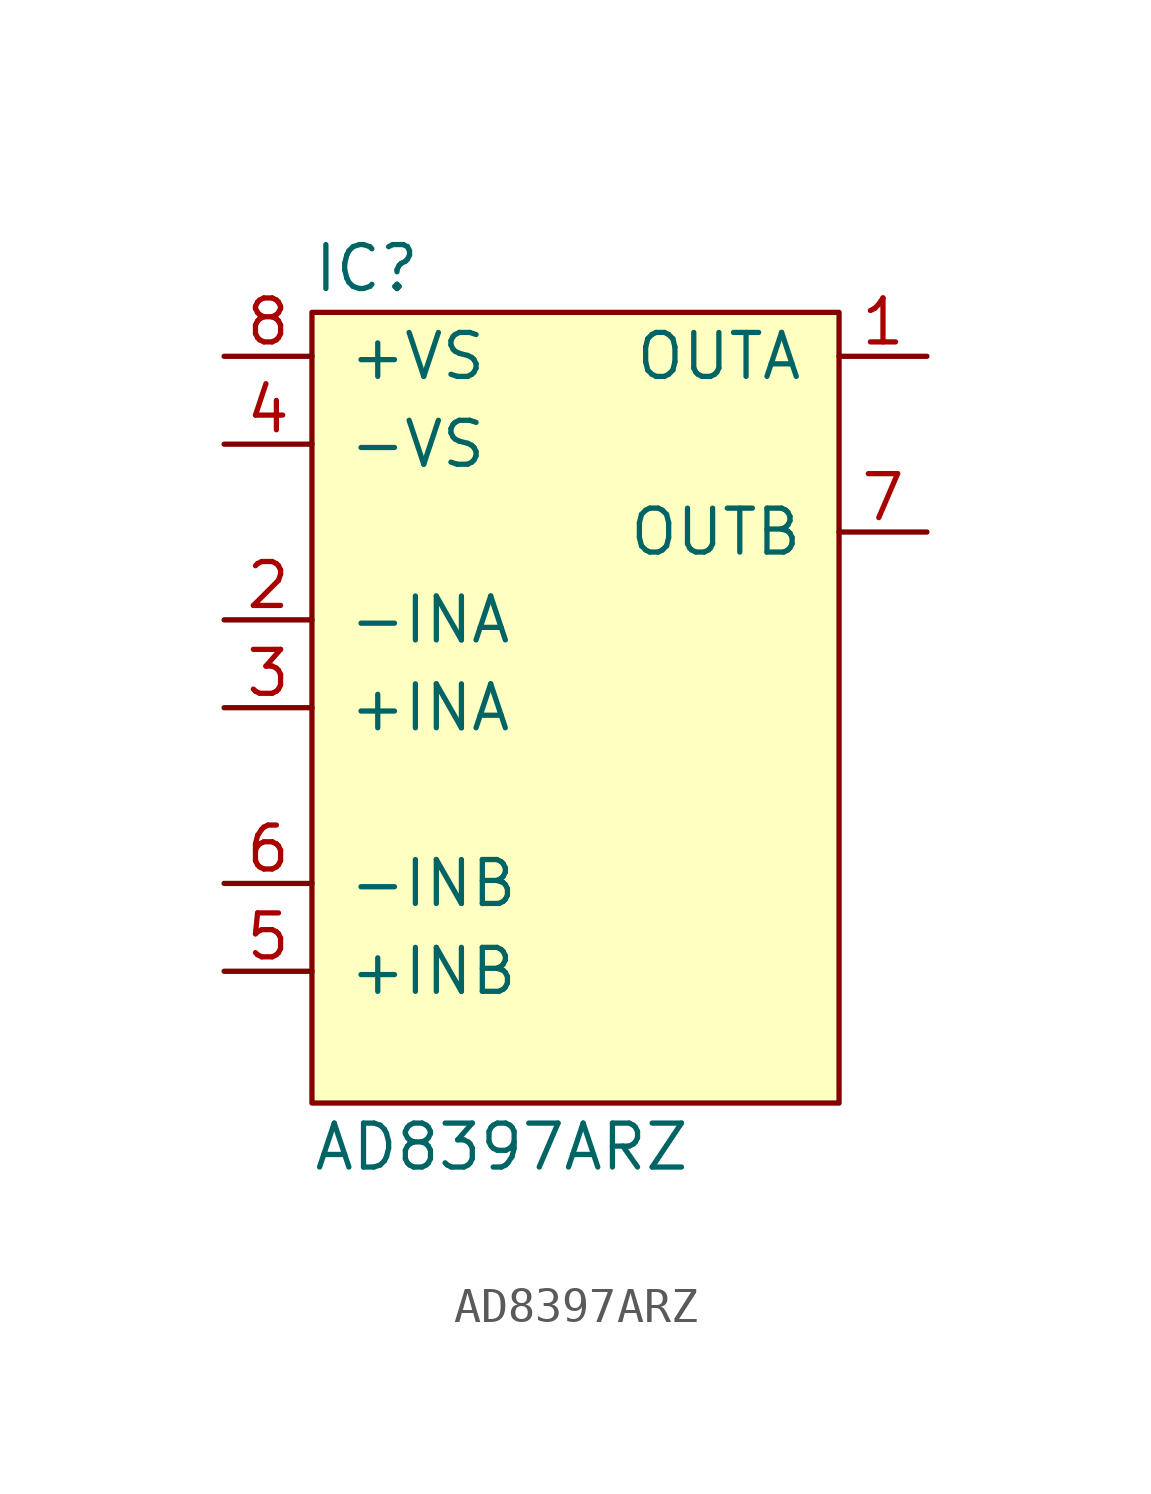
<source format=kicad_sym>
(kicad_symbol_lib
  (version 20211014)
  (generator agg_kicad.build_lib_ic)
  (symbol "AD8397ARZ"
    (pin_names
      (offset 1.016))
    (property Reference IC
      (at -7.62 12.7 0)
      (effects (font (size 1.27 1.27)) (justify left)))
    (property Value "AD8397ARZ"
      (at -7.62 -12.7 0)
      (effects (font (size 1.27 1.27)) (justify left)))
    (symbol "AD8397ARZ_0_0"
      (rectangle (start -7.62 11.43) (end 7.62 -11.43) (stroke (width 0) (type default) (color 0 0 0 0)) (fill (type background)))
      (pin power_in line (at -10.16 10.16 0) (length 2.54) (name "+VS" (effects (font (size 1.27 1.27)))) (number "8" (effects (font (size 1.27 1.27)))))
      (pin power_in line (at -10.16 7.62 0) (length 2.54) (name -VS (effects (font (size 1.27 1.27)))) (number "4" (effects (font (size 1.27 1.27)))))
      (pin input line (at -10.16 2.54 0) (length 2.54) (name -INA (effects (font (size 1.27 1.27)))) (number "2" (effects (font (size 1.27 1.27)))))
      (pin input line (at -10.16 0 0) (length 2.54) (name "+INA" (effects (font (size 1.27 1.27)))) (number "3" (effects (font (size 1.27 1.27)))))
      (pin input line (at -10.16 -5.08 0) (length 2.54) (name -INB (effects (font (size 1.27 1.27)))) (number "6" (effects (font (size 1.27 1.27)))))
      (pin input line (at -10.16 -7.62 0) (length 2.54) (name "+INB" (effects (font (size 1.27 1.27)))) (number "5" (effects (font (size 1.27 1.27)))))
      (pin output line (at 10.16 10.16 180) (length 2.54) (name OUTA (effects (font (size 1.27 1.27)))) (number "1" (effects (font (size 1.27 1.27)))))
      (pin output line (at 10.16 5.08 180) (length 2.54) (name OUTB (effects (font (size 1.27 1.27)))) (number "7" (effects (font (size 1.27 1.27))))))))
</source>
